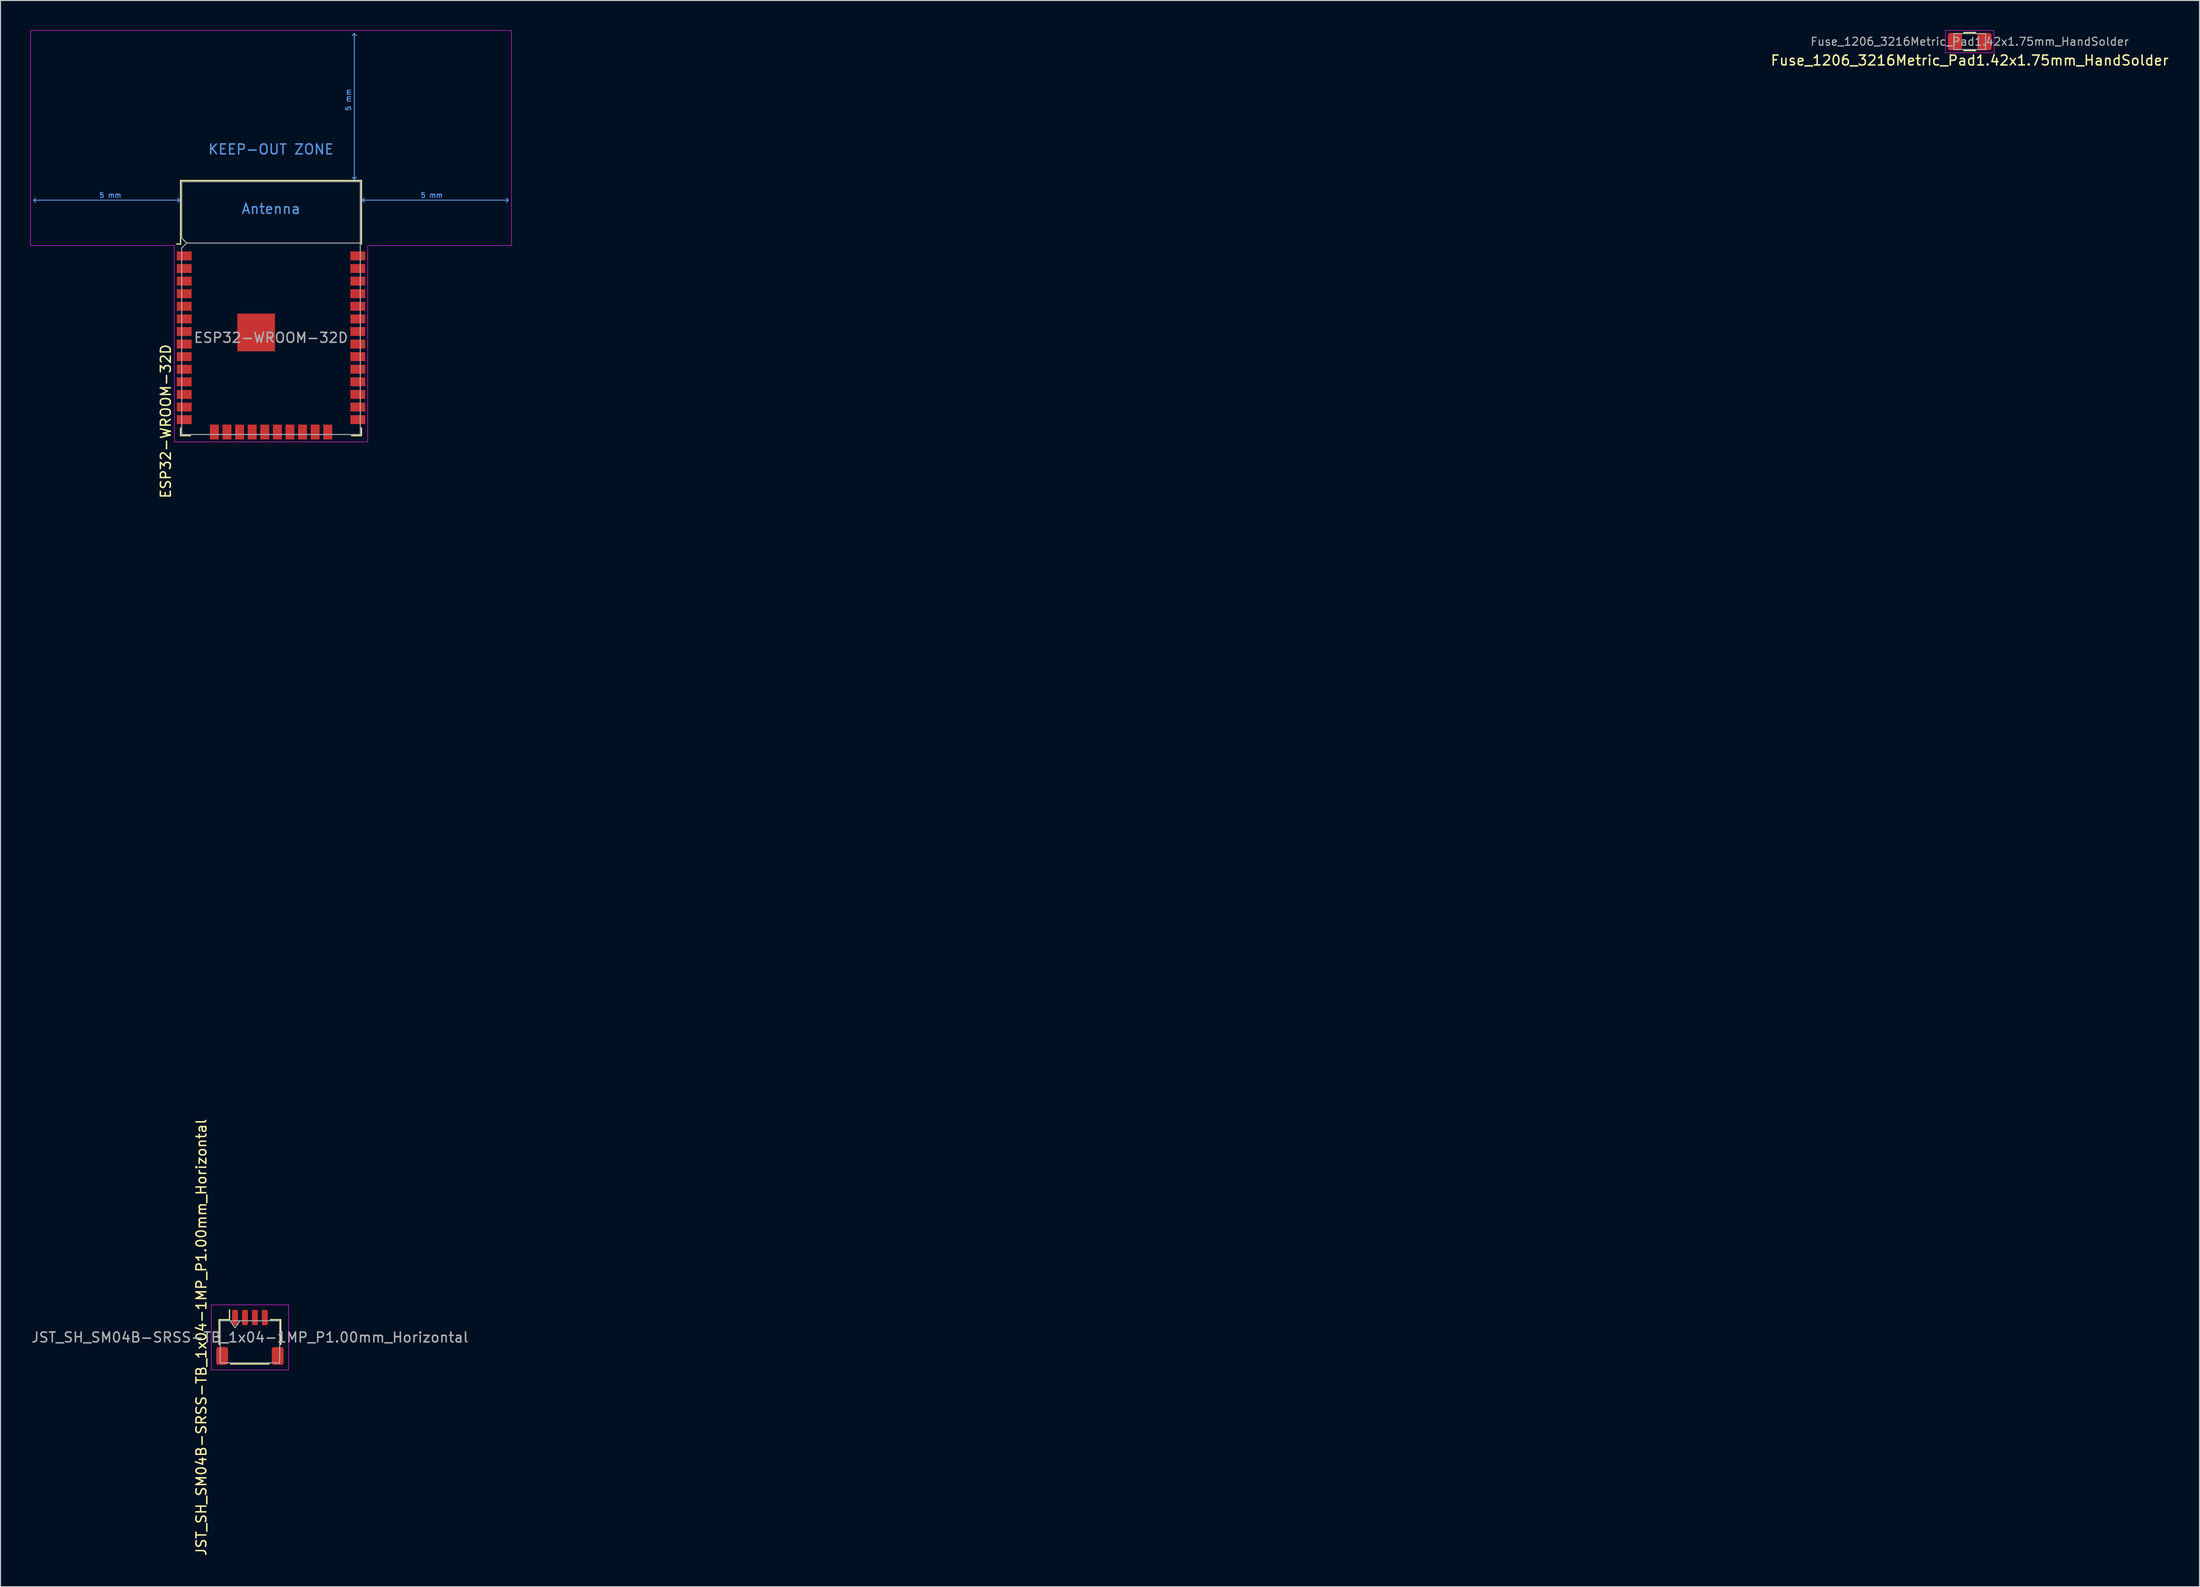
<source format=kicad_pcb>
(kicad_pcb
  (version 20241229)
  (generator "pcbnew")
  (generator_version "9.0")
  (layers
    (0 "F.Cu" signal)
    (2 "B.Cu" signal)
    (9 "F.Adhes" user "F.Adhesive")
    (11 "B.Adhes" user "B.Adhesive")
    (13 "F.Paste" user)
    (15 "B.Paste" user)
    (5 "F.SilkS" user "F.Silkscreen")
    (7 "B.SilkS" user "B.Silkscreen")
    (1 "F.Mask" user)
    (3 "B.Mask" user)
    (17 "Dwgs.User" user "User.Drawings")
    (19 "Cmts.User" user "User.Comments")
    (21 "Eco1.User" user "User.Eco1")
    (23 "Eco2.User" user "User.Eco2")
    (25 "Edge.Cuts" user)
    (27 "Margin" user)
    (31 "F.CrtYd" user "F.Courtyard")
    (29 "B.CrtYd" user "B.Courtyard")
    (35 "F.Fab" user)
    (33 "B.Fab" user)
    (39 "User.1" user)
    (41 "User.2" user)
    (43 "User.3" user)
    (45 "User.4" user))
  (footprint "JST_SH_SM04B-SRSS-TB_1x04-1MP_P1.00mm_Horizontal"
    (layer "F.Cu")
    (at 22.149 131.844)
    (property "Reference" "JST_SH_SM04B-SRSS-TB_1x04-1MP_P1.00mm_Horizontal" (at -4.9 0 270) (layer "F.SilkS") (effects (font (size 1 1) (thickness 0.15))))
    (attr smd)
    (fp_line (start -3.11 -1.785) (end -2.06 -1.785) (stroke (width 0.12) (type solid)) (layer "F.SilkS"))
    (fp_line (start -3.11 0.715) (end -3.11 -1.785) (stroke (width 0.12) (type solid)) (layer "F.SilkS"))
    (fp_line (start -2.06 -1.785) (end -2.06 -2.775) (stroke (width 0.12) (type solid)) (layer "F.SilkS"))
    (fp_line (start -1.94 2.685) (end 1.94 2.685) (stroke (width 0.12) (type solid)) (layer "F.SilkS"))
    (fp_line (start 3.11 -1.785) (end 2.06 -1.785) (stroke (width 0.12) (type solid)) (layer "F.SilkS"))
    (fp_line (start 3.11 0.715) (end 3.11 -1.785) (stroke (width 0.12) (type solid)) (layer "F.SilkS"))
    (fp_line (start -3.9 -3.28) (end -3.9 3.28) (stroke (width 0.05) (type solid)) (layer "F.CrtYd"))
    (fp_line (start -3.9 3.28) (end 3.9 3.28) (stroke (width 0.05) (type solid)) (layer "F.CrtYd"))
    (fp_line (start 3.9 -3.28) (end -3.9 -3.28) (stroke (width 0.05) (type solid)) (layer "F.CrtYd"))
    (fp_line (start 3.9 3.28) (end 3.9 -3.28) (stroke (width 0.05) (type solid)) (layer "F.CrtYd"))
    (fp_line (start -3 -1.675) (end -3 2.575) (stroke (width 0.1) (type solid)) (layer "F.Fab"))
    (fp_line (start -3 -1.675) (end 3 -1.675) (stroke (width 0.1) (type solid)) (layer "F.Fab"))
    (fp_line (start -3 2.575) (end 3 2.575) (stroke (width 0.1) (type solid)) (layer "F.Fab"))
    (fp_line (start -2 -1.675) (end -1.5 -0.968) (stroke (width 0.1) (type solid)) (layer "F.Fab"))
    (fp_line (start -1.5 -0.968) (end -1 -1.675) (stroke (width 0.1) (type solid)) (layer "F.Fab"))
    (fp_line (start 3 -1.675) (end 3 2.575) (stroke (width 0.1) (type solid)) (layer "F.Fab"))
    (fp_text user "${REFERENCE}" (at 0 0 180) (layer "F.Fab") (effects (font (size 1 1) (thickness 0.15))))
    (pad "1" smd roundrect (at -1.5 -2) (size 0.6 1.55) (layers "F.Cu" "F.Mask" "F.Paste") (roundrect_rratio 0.25))
    (pad "2" smd roundrect (at -0.5 -2) (size 0.6 1.55) (layers "F.Cu" "F.Mask" "F.Paste") (roundrect_rratio 0.25))
    (pad "3" smd roundrect (at 0.5 -2) (size 0.6 1.55) (layers "F.Cu" "F.Mask" "F.Paste") (roundrect_rratio 0.25))
    (pad "4" smd roundrect (at 1.5 -2) (size 0.6 1.55) (layers "F.Cu" "F.Mask" "F.Paste") (roundrect_rratio 0.25))
    (pad "MP" smd roundrect (at -2.8 1.875) (size 1.2 1.8) (layers "F.Cu" "F.Mask" "F.Paste") (roundrect_rratio 0.208))
    (pad "MP" smd roundrect (at 2.8 1.875) (size 1.2 1.8) (layers "F.Cu" "F.Mask" "F.Paste") (roundrect_rratio 0.208)))
  (footprint "ESP32-WROOM-32D"
    (layer "F.Cu")
    (at 24.275 31.015)
    (property "Reference" "ESP32-WROOM-32D" (at -10.61 8.43 90) (layer "F.SilkS") (effects (font (size 1 1) (thickness 0.15))))
    (attr smd)
    (fp_line (start -9.12 -15.86) (end -9.12 -9.445) (stroke (width 0.12) (type solid)) (layer "F.SilkS"))
    (fp_line (start -9.12 -15.86) (end 9.12 -15.86) (stroke (width 0.12) (type solid)) (layer "F.SilkS"))
    (fp_line (start -9.12 -9.445) (end -9.5 -9.445) (stroke (width 0.12) (type solid)) (layer "F.SilkS"))
    (fp_line (start -9.12 9.1) (end -9.12 9.88) (stroke (width 0.12) (type solid)) (layer "F.SilkS"))
    (fp_line (start -9.12 9.88) (end -8.12 9.88) (stroke (width 0.12) (type solid)) (layer "F.SilkS"))
    (fp_line (start 9.12 -15.86) (end 9.12 -9.445) (stroke (width 0.12) (type solid)) (layer "F.SilkS"))
    (fp_line (start 9.12 9.1) (end 9.12 9.88) (stroke (width 0.12) (type solid)) (layer "F.SilkS"))
    (fp_line (start 9.12 9.88) (end 8.12 9.88) (stroke (width 0.12) (type solid)) (layer "F.SilkS"))
    (fp_line (start -23.94 -13.875) (end -23.74 -14.075) (stroke (width 0.1) (type solid)) (layer "Cmts.User"))
    (fp_line (start -23.94 -13.875) (end -23.74 -13.675) (stroke (width 0.1) (type solid)) (layer "Cmts.User"))
    (fp_line (start -23.94 -13.875) (end -9.2 -13.875) (stroke (width 0.1) (type solid)) (layer "Cmts.User"))
    (fp_line (start -9.2 -13.875) (end -9.4 -14.075) (stroke (width 0.1) (type solid)) (layer "Cmts.User"))
    (fp_line (start -9.2 -13.875) (end -9.4 -13.675) (stroke (width 0.1) (type solid)) (layer "Cmts.User"))
    (fp_line (start 8.4 -30.68) (end 8.2 -30.48) (stroke (width 0.1) (type solid)) (layer "Cmts.User"))
    (fp_line (start 8.4 -30.68) (end 8.6 -30.48) (stroke (width 0.1) (type solid)) (layer "Cmts.User"))
    (fp_line (start 8.4 -16) (end 8.2 -16.2) (stroke (width 0.1) (type solid)) (layer "Cmts.User"))
    (fp_line (start 8.4 -16) (end 8.4 -30.68) (stroke (width 0.1) (type solid)) (layer "Cmts.User"))
    (fp_line (start 8.4 -16) (end 8.6 -16.2) (stroke (width 0.1) (type solid)) (layer "Cmts.User"))
    (fp_line (start 9.2 -13.875) (end 9.4 -14.075) (stroke (width 0.1) (type solid)) (layer "Cmts.User"))
    (fp_line (start 9.2 -13.875) (end 9.4 -13.675) (stroke (width 0.1) (type solid)) (layer "Cmts.User"))
    (fp_line (start 9.2 -13.875) (end 23.94 -13.875) (stroke (width 0.1) (type solid)) (layer "Cmts.User"))
    (fp_line (start 23.94 -13.875) (end 23.74 -14.075) (stroke (width 0.1) (type solid)) (layer "Cmts.User"))
    (fp_line (start 23.94 -13.875) (end 23.74 -13.675) (stroke (width 0.1) (type solid)) (layer "Cmts.User"))
    (fp_line (start -24.25 -30.99) (end -24.25 -9.3) (stroke (width 0.05) (type solid)) (layer "F.CrtYd"))
    (fp_line (start -24.25 -30.99) (end 24.25 -30.99) (stroke (width 0.05) (type solid)) (layer "F.CrtYd"))
    (fp_line (start -24.25 -9.3) (end -9.75 -9.3) (stroke (width 0.05) (type solid)) (layer "F.CrtYd"))
    (fp_line (start -9.75 10.5) (end -9.75 -9.3) (stroke (width 0.05) (type solid)) (layer "F.CrtYd"))
    (fp_line (start -9.75 10.5) (end 9.75 10.5) (stroke (width 0.05) (type solid)) (layer "F.CrtYd"))
    (fp_line (start 9.75 -9.3) (end 9.75 10.5) (stroke (width 0.05) (type solid)) (layer "F.CrtYd"))
    (fp_line (start 9.75 -9.3) (end 24.25 -9.3) (stroke (width 0.05) (type solid)) (layer "F.CrtYd"))
    (fp_line (start 24.25 -30.99) (end 24.25 -9.3) (stroke (width 0.05) (type solid)) (layer "F.CrtYd"))
    (fp_line (start -9 -15.74) (end -9 -10.05) (stroke (width 0.1) (type solid)) (layer "F.Fab"))
    (fp_line (start -9 -15.74) (end 9 -15.74) (stroke (width 0.1) (type solid)) (layer "F.Fab"))
    (fp_line (start -9 -9.05) (end -9 9.76) (stroke (width 0.1) (type solid)) (layer "F.Fab"))
    (fp_line (start -9 -9.05) (end -8.5 -9.55) (stroke (width 0.1) (type solid)) (layer "F.Fab"))
    (fp_line (start -9 9.76) (end 9 9.76) (stroke (width 0.1) (type solid)) (layer "F.Fab"))
    (fp_line (start -8.5 -9.55) (end -9 -10.05) (stroke (width 0.1) (type solid)) (layer "F.Fab"))
    (fp_line (start -8.5 -9.55) (end 9 -9.55) (stroke (width 0.1) (type solid)) (layer "F.Fab"))
    (fp_line (start 9 9.76) (end 9 -15.74) (stroke (width 0.1) (type solid)) (layer "F.Fab"))
    (fp_text user "KEEP-OUT ZONE" (at 0 -19 0) (layer "Cmts.User") (effects (font (size 1 1) (thickness 0.15))))
    (fp_text user "5 mm" (at -16.2 -14.375 0) (layer "Cmts.User") (effects (font (size 0.5 0.5) (thickness 0.1))))
    (fp_text user "Antenna" (at 0 -13 0) (layer "Cmts.User") (effects (font (size 1 1) (thickness 0.15))))
    (fp_text user "5 mm" (at 16.2 -14.375 0) (layer "Cmts.User") (effects (font (size 0.5 0.5) (thickness 0.1))))
    (fp_text user "5 mm" (at 7.8 -24 90) (layer "Cmts.User") (effects (font (size 0.5 0.5) (thickness 0.1))))
    (fp_text user "${REFERENCE}" (at 0 0 0) (layer "F.Fab") (effects (font (size 1 1) (thickness 0.15))))
    (pad "1" smd rect (at -8.75 -8.25) (size 1.5 0.9) (layers "F.Cu" "F.Mask" "F.Paste"))
    (pad "2" smd rect (at -8.75 -6.98) (size 1.5 0.9) (layers "F.Cu" "F.Mask" "F.Paste"))
    (pad "3" smd rect (at -8.75 -5.71) (size 1.5 0.9) (layers "F.Cu" "F.Mask" "F.Paste"))
    (pad "4" smd rect (at -8.75 -4.44) (size 1.5 0.9) (layers "F.Cu" "F.Mask" "F.Paste"))
    (pad "5" smd rect (at -8.75 -3.17) (size 1.5 0.9) (layers "F.Cu" "F.Mask" "F.Paste"))
    (pad "6" smd rect (at -8.75 -1.9) (size 1.5 0.9) (layers "F.Cu" "F.Mask" "F.Paste"))
    (pad "7" smd rect (at -8.75 -0.63) (size 1.5 0.9) (layers "F.Cu" "F.Mask" "F.Paste"))
    (pad "8" smd rect (at -8.75 0.64) (size 1.5 0.9) (layers "F.Cu" "F.Mask" "F.Paste"))
    (pad "9" smd rect (at -8.75 1.91) (size 1.5 0.9) (layers "F.Cu" "F.Mask" "F.Paste"))
    (pad "10" smd rect (at -8.75 3.18) (size 1.5 0.9) (layers "F.Cu" "F.Mask" "F.Paste"))
    (pad "11" smd rect (at -8.75 4.45) (size 1.5 0.9) (layers "F.Cu" "F.Mask" "F.Paste"))
    (pad "12" smd rect (at -8.75 5.72) (size 1.5 0.9) (layers "F.Cu" "F.Mask" "F.Paste"))
    (pad "13" smd rect (at -8.75 6.99) (size 1.5 0.9) (layers "F.Cu" "F.Mask" "F.Paste"))
    (pad "14" smd rect (at -8.75 8.26) (size 1.5 0.9) (layers "F.Cu" "F.Mask" "F.Paste"))
    (pad "15" smd rect (at -5.71 9.51 90) (size 1.5 0.9) (layers "F.Cu" "F.Mask" "F.Paste"))
    (pad "16" smd rect (at -4.44 9.51 90) (size 1.5 0.9) (layers "F.Cu" "F.Mask" "F.Paste"))
    (pad "17" smd rect (at -3.17 9.51 90) (size 1.5 0.9) (layers "F.Cu" "F.Mask" "F.Paste"))
    (pad "18" smd rect (at -1.9 9.51 90) (size 1.5 0.9) (layers "F.Cu" "F.Mask" "F.Paste"))
    (pad "19" smd rect (at -0.63 9.51 90) (size 1.5 0.9) (layers "F.Cu" "F.Mask" "F.Paste"))
    (pad "20" smd rect (at 0.64 9.51 90) (size 1.5 0.9) (layers "F.Cu" "F.Mask" "F.Paste"))
    (pad "21" smd rect (at 1.91 9.51 90) (size 1.5 0.9) (layers "F.Cu" "F.Mask" "F.Paste"))
    (pad "22" smd rect (at 3.18 9.51 90) (size 1.5 0.9) (layers "F.Cu" "F.Mask" "F.Paste"))
    (pad "23" smd rect (at 4.45 9.51 90) (size 1.5 0.9) (layers "F.Cu" "F.Mask" "F.Paste"))
    (pad "24" smd rect (at 5.72 9.51 90) (size 1.5 0.9) (layers "F.Cu" "F.Mask" "F.Paste"))
    (pad "25" smd rect (at 8.75 8.26) (size 1.5 0.9) (layers "F.Cu" "F.Mask" "F.Paste"))
    (pad "26" smd rect (at 8.75 6.99) (size 1.5 0.9) (layers "F.Cu" "F.Mask" "F.Paste"))
    (pad "27" smd rect (at 8.75 5.72) (size 1.5 0.9) (layers "F.Cu" "F.Mask" "F.Paste"))
    (pad "28" smd rect (at 8.75 4.45) (size 1.5 0.9) (layers "F.Cu" "F.Mask" "F.Paste"))
    (pad "29" smd rect (at 8.75 3.18) (size 1.5 0.9) (layers "F.Cu" "F.Mask" "F.Paste"))
    (pad "30" smd rect (at 8.75 1.91) (size 1.5 0.9) (layers "F.Cu" "F.Mask" "F.Paste"))
    (pad "31" smd rect (at 8.75 0.64) (size 1.5 0.9) (layers "F.Cu" "F.Mask" "F.Paste"))
    (pad "32" smd rect (at 8.75 -0.63) (size 1.5 0.9) (layers "F.Cu" "F.Mask" "F.Paste"))
    (pad "33" smd rect (at 8.75 -1.9) (size 1.5 0.9) (layers "F.Cu" "F.Mask" "F.Paste"))
    (pad "34" smd rect (at 8.75 -3.17) (size 1.5 0.9) (layers "F.Cu" "F.Mask" "F.Paste"))
    (pad "35" smd rect (at 8.75 -4.44) (size 1.5 0.9) (layers "F.Cu" "F.Mask" "F.Paste"))
    (pad "36" smd rect (at 8.75 -5.71) (size 1.5 0.9) (layers "F.Cu" "F.Mask" "F.Paste"))
    (pad "37" smd rect (at 8.75 -6.98) (size 1.5 0.9) (layers "F.Cu" "F.Mask" "F.Paste"))
    (pad "38" smd rect (at 8.75 -8.25) (size 1.5 0.9) (layers "F.Cu" "F.Mask" "F.Paste"))
    (pad "39" smd rect (at -1.5 -0.53) (size 3.8 3.8) (layers "F.Cu" "F.Mask"))
    (zone (net_name "") (layers "F.Cu" "B.Cu") (hatch full 0.508) (connect_pads) (min_thickness 0.254) (filled_areas_thickness no) (keepout (tracks not_allowed) (vias not_allowed) (pads not_allowed) (copperpour not_allowed) (footprints not_allowed)) (placement (enabled no)) (fill) (polygon (pts (xy 124.375 106.695) (xy 172.375 106.695) (xy 172.375 85.505) (xy 124.375 85.505)))))
  (footprint "Fuse_1206_3216Metric_Pad1.42x1.75mm_HandSolder"
    (layer "F.Cu")
    (at 195.548 1.145)
    (property "Reference" "Fuse_1206_3216Metric_Pad1.42x1.75mm_HandSolder" (at 0 1.9 180) (layer "F.SilkS") (effects (font (size 1 1) (thickness 0.15))))
    (attr smd)
    (fp_line (start -0.602 -0.91) (end 0.602 -0.91) (stroke (width 0.12) (type solid)) (layer "F.SilkS"))
    (fp_line (start -0.602 0.91) (end 0.602 0.91) (stroke (width 0.12) (type solid)) (layer "F.SilkS"))
    (fp_line (start -2.45 -1.12) (end 2.45 -1.12) (stroke (width 0.05) (type solid)) (layer "F.CrtYd"))
    (fp_line (start -2.45 1.12) (end -2.45 -1.12) (stroke (width 0.05) (type solid)) (layer "F.CrtYd"))
    (fp_line (start 2.45 -1.12) (end 2.45 1.12) (stroke (width 0.05) (type solid)) (layer "F.CrtYd"))
    (fp_line (start 2.45 1.12) (end -2.45 1.12) (stroke (width 0.05) (type solid)) (layer "F.CrtYd"))
    (fp_line (start -1.6 -0.8) (end 1.6 -0.8) (stroke (width 0.1) (type solid)) (layer "F.Fab"))
    (fp_line (start -1.6 0.8) (end -1.6 -0.8) (stroke (width 0.1) (type solid)) (layer "F.Fab"))
    (fp_line (start 1.6 -0.8) (end 1.6 0.8) (stroke (width 0.1) (type solid)) (layer "F.Fab"))
    (fp_line (start 1.6 0.8) (end -1.6 0.8) (stroke (width 0.1) (type solid)) (layer "F.Fab"))
    (fp_text user "${REFERENCE}" (at 0 0 180) (layer "F.Fab") (effects (font (size 0.8 0.8) (thickness 0.12))))
    (pad "1" smd roundrect (at -1.488 0) (size 1.425 1.75) (layers "F.Cu" "F.Mask" "F.Paste") (roundrect_rratio 0.175))
    (pad "2" smd roundrect (at 1.488 0) (size 1.425 1.75) (layers "F.Cu" "F.Mask" "F.Paste") (roundrect_rratio 0.175)))
  (gr_rect
    (start -3 -3)
    (end 218.72 156.993)
    (stroke (width 0.1) (type default))
    (fill no)
    (layer "Edge.Cuts")))
</source>
